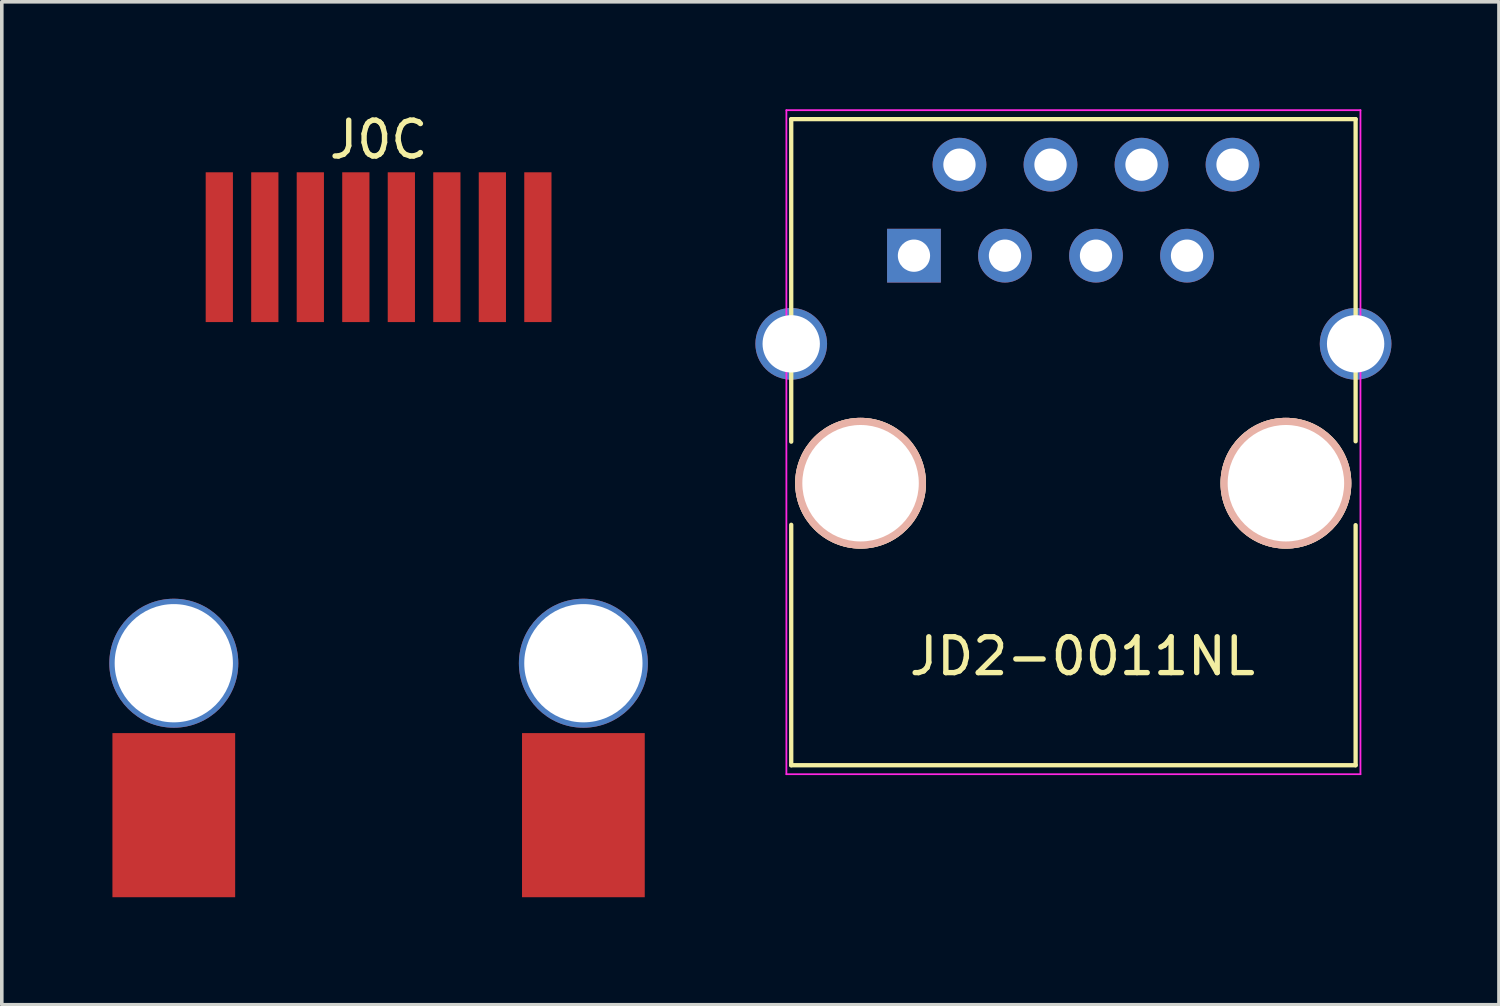
<source format=kicad_pcb>
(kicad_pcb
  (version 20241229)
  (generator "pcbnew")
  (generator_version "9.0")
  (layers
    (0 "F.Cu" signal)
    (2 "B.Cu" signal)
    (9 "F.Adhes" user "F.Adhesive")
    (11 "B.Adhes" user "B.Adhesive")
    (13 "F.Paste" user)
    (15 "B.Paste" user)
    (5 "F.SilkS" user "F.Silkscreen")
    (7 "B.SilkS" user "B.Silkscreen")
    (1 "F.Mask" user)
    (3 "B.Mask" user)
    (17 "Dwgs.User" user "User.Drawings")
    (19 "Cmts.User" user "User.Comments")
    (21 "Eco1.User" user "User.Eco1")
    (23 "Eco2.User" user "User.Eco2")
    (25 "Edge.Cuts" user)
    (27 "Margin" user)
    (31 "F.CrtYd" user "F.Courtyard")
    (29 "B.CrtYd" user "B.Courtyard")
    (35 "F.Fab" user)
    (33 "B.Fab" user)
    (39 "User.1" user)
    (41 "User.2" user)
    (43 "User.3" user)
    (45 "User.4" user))
  (footprint "J0C"
    (layer "F.Cu")
    (at 7.515 3.848)
    (property "Reference" "J0C" (at 0 -3 0) (layer "F.SilkS") (effects (font (size 1 1) (thickness 0.15))))
    (attr through_hole)
    (pad "" thru_hole circle (at -5.715 11.61) (size 3.6 3.6) (drill 3.3) (layers "*.Cu" "*.Mask"))
    (pad "" thru_hole circle (at 5.715 11.61) (size 3.6 3.6) (drill 3.3) (layers "*.Cu" "*.Mask"))
    (pad "1" smd rect (at -4.445 0) (size 0.76 4.18) (layers "F.Cu" "F.Mask" "F.Paste"))
    (pad "2" smd rect (at -3.175 0) (size 0.76 4.18) (layers "F.Cu" "F.Mask" "F.Paste"))
    (pad "3" smd rect (at -1.905 0) (size 0.76 4.18) (layers "F.Cu" "F.Mask" "F.Paste"))
    (pad "4" smd rect (at -0.635 0) (size 0.76 4.18) (layers "F.Cu" "F.Mask" "F.Paste"))
    (pad "5" smd rect (at 0.635 0) (size 0.76 4.18) (layers "F.Cu" "F.Mask" "F.Paste"))
    (pad "6" smd rect (at 1.905 0) (size 0.76 4.18) (layers "F.Cu" "F.Mask" "F.Paste"))
    (pad "7" smd rect (at 3.175 0) (size 0.76 4.18) (layers "F.Cu" "F.Mask" "F.Paste"))
    (pad "8" smd rect (at 4.445 0) (size 0.76 4.18) (layers "F.Cu" "F.Mask" "F.Paste"))
    (pad "9" smd rect (at -5.715 15.85) (size 3.425 4.58) (layers "F.Cu" "F.Mask" "F.Paste"))
    (pad "9" smd rect (at 5.715 15.85) (size 3.425 4.58) (layers "F.Cu" "F.Mask" "F.Paste")))
  (footprint "JD2-0011NL"
    (layer "F.Cu")
    (at 22.455 4.085)
    (property "Reference" "JD2-0011NL" (at 4.7 11.18 0) (layer "F.SilkS") (effects (font (size 1 1) (thickness 0.15))))
    (attr through_hole)
    (fp_line (start -3.425 -3.81) (end -3.425 5.19) (stroke (width 0.12) (type solid)) (layer "F.SilkS"))
    (fp_line (start -3.425 7.51) (end -3.425 14.22) (stroke (width 0.12) (type solid)) (layer "F.SilkS"))
    (fp_line (start -3.425 14.22) (end 12.325 14.22) (stroke (width 0.12) (type solid)) (layer "F.SilkS"))
    (fp_line (start 12.325 -3.81) (end -3.425 -3.81) (stroke (width 0.12) (type solid)) (layer "F.SilkS"))
    (fp_line (start 12.325 -3.81) (end 12.325 5.18) (stroke (width 0.12) (type solid)) (layer "F.SilkS"))
    (fp_line (start 12.325 7.52) (end 12.325 14.22) (stroke (width 0.12) (type solid)) (layer "F.SilkS"))
    (fp_line (start -3.56 -4.06) (end -3.56 14.47) (stroke (width 0.05) (type solid)) (layer "F.CrtYd"))
    (fp_line (start -3.56 -4.06) (end 12.46 -4.06) (stroke (width 0.05) (type solid)) (layer "F.CrtYd"))
    (fp_line (start 12.46 14.47) (end -3.56 14.47) (stroke (width 0.05) (type solid)) (layer "F.CrtYd"))
    (fp_line (start 12.46 14.47) (end 12.46 -4.06) (stroke (width 0.05) (type solid)) (layer "F.CrtYd"))
    (pad "" np_thru_hole circle (at -1.49 6.35) (size 3.65 3.65) (drill 3.25) (layers "*.Cu" "*.SilkS" "*.Mask"))
    (pad "" np_thru_hole circle (at 10.38 6.35) (size 3.65 3.65) (drill 3.25) (layers "*.Cu" "*.SilkS" "*.Mask"))
    (pad "1" thru_hole rect (at 0 0) (size 1.5 1.5) (drill 0.9) (layers "*.Cu" "*.Mask"))
    (pad "2" thru_hole circle (at 1.27 -2.54) (size 1.5 1.5) (drill 0.9) (layers "*.Cu" "*.Mask"))
    (pad "3" thru_hole circle (at 2.54 0) (size 1.5 1.5) (drill 0.9) (layers "*.Cu" "*.Mask"))
    (pad "4" thru_hole circle (at 3.81 -2.54) (size 1.5 1.5) (drill 0.9) (layers "*.Cu" "*.Mask"))
    (pad "5" thru_hole circle (at 5.08 0) (size 1.5 1.5) (drill 0.9) (layers "*.Cu" "*.Mask"))
    (pad "6" thru_hole circle (at 6.35 -2.54) (size 1.5 1.5) (drill 0.9) (layers "*.Cu" "*.Mask"))
    (pad "7" thru_hole circle (at 7.62 0) (size 1.5 1.5) (drill 0.9) (layers "*.Cu" "*.Mask"))
    (pad "8" thru_hole circle (at 8.89 -2.54) (size 1.5 1.5) (drill 0.9) (layers "*.Cu" "*.Mask"))
    (pad "9" thru_hole circle (at -3.425 2.46) (size 2 2) (drill 1.6) (layers "*.Cu" "*.Mask"))
    (pad "9" thru_hole circle (at 12.325 2.46) (size 2 2) (drill 1.6) (layers "*.Cu" "*.Mask")))
  (gr_rect
    (start -3 -3)
    (end 38.78 24.988)
    (stroke (width 0.1) (type default))
    (fill no)
    (layer "Edge.Cuts")))
</source>
